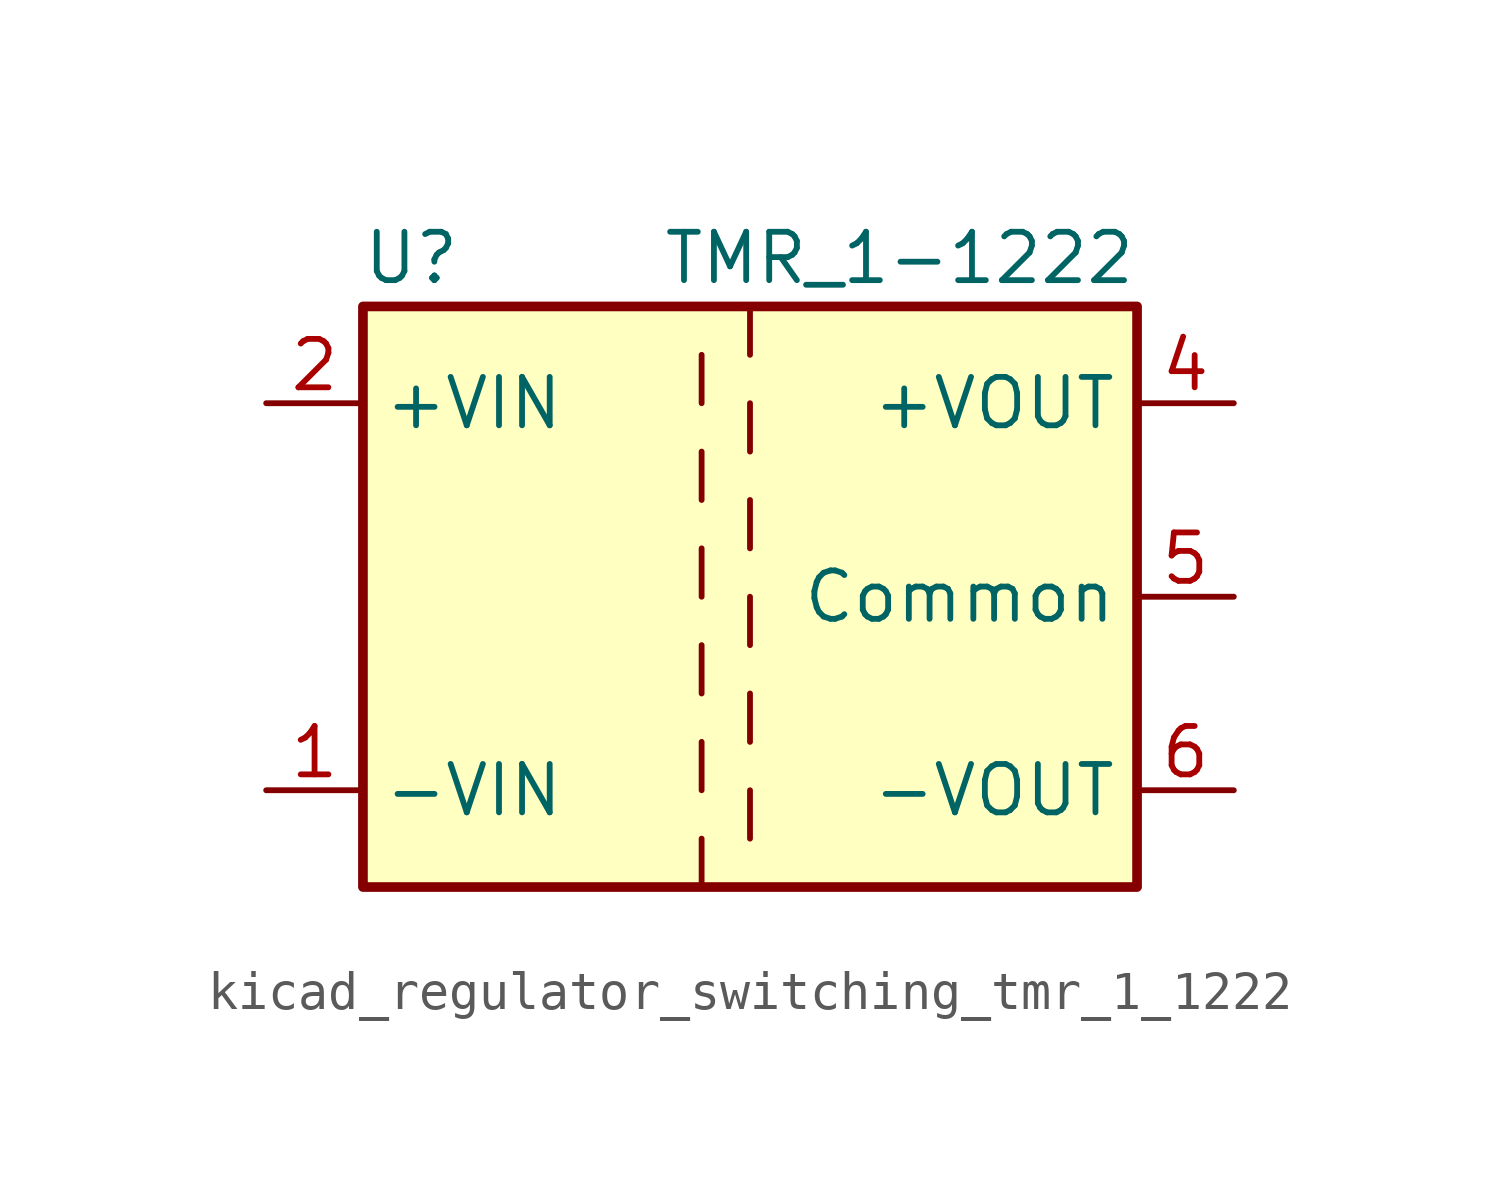
<source format=kicad_sym>
(kicad_symbol_lib
  (version 20220914)
  (generator kicad_symbol_editor)
  (symbol "kicad_regulator_switching_tmr_1_1222"
    (property "Reference" "U"
      (at -8.89 8.89 0)
      (effects (font (size 1.27 1.27))))
    (property "Value" "TMR_1-1222"
      (at 10.16 8.89 0)
      (effects (font (size 1.27 1.27)) (justify right)))
    (symbol "kicad_regulator_switching_tmr_1_1222_0_1"
      (rectangle (start -10.16 7.62) (end 10.16 -7.62) (stroke (width 0.254) (type default)) (fill (type background)))
      (polyline (pts (xy -1.27 -6.35) (xy -1.27 -7.62)) (stroke (width 0) (type default)) (fill (type none)))
      (polyline (pts (xy -1.27 -3.81) (xy -1.27 -5.08)) (stroke (width 0) (type default)) (fill (type none)))
      (polyline (pts (xy -1.27 -1.27) (xy -1.27 -2.54)) (stroke (width 0) (type default)) (fill (type none)))
      (polyline (pts (xy -1.27 1.27) (xy -1.27 0)) (stroke (width 0) (type default)) (fill (type none)))
      (polyline (pts (xy -1.27 3.81) (xy -1.27 2.54)) (stroke (width 0) (type default)) (fill (type none)))
      (polyline (pts (xy -1.27 6.35) (xy -1.27 5.08)) (stroke (width 0) (type default)) (fill (type none)))
      (polyline (pts (xy 0 -5.08) (xy 0 -6.35)) (stroke (width 0) (type default)) (fill (type none)))
      (polyline (pts (xy 0 -2.54) (xy 0 -3.81)) (stroke (width 0) (type default)) (fill (type none)))
      (polyline (pts (xy 0 0) (xy 0 -1.27)) (stroke (width 0) (type default)) (fill (type none)))
      (polyline (pts (xy 0 2.54) (xy 0 1.27)) (stroke (width 0) (type default)) (fill (type none)))
      (polyline (pts (xy 0 5.08) (xy 0 3.81)) (stroke (width 0) (type default)) (fill (type none)))
      (polyline (pts (xy 0 7.62) (xy 0 6.35)) (stroke (width 0) (type default)) (fill (type none))))
    (symbol "kicad_regulator_switching_tmr_1_1222_1_1"
      (pin power_in line (at -12.7 -5.08 0) (length 2.54) (name "-VIN" (effects (font (size 1.27 1.27)))) (number "1" (effects (font (size 1.27 1.27)))))
      (pin power_in line (at -12.7 5.08 0) (length 2.54) (name "+VIN" (effects (font (size 1.27 1.27)))) (number "2" (effects (font (size 1.27 1.27)))))
      (pin power_out line (at 12.7 5.08 180) (length 2.54) (name "+VOUT" (effects (font (size 1.27 1.27)))) (number "4" (effects (font (size 1.27 1.27)))))
      (pin power_out line (at 12.7 0 180) (length 2.54) (name "Common" (effects (font (size 1.27 1.27)))) (number "5" (effects (font (size 1.27 1.27)))))
      (pin power_out line (at 12.7 -5.08 180) (length 2.54) (name "-VOUT" (effects (font (size 1.27 1.27)))) (number "6" (effects (font (size 1.27 1.27))))))))
</source>
